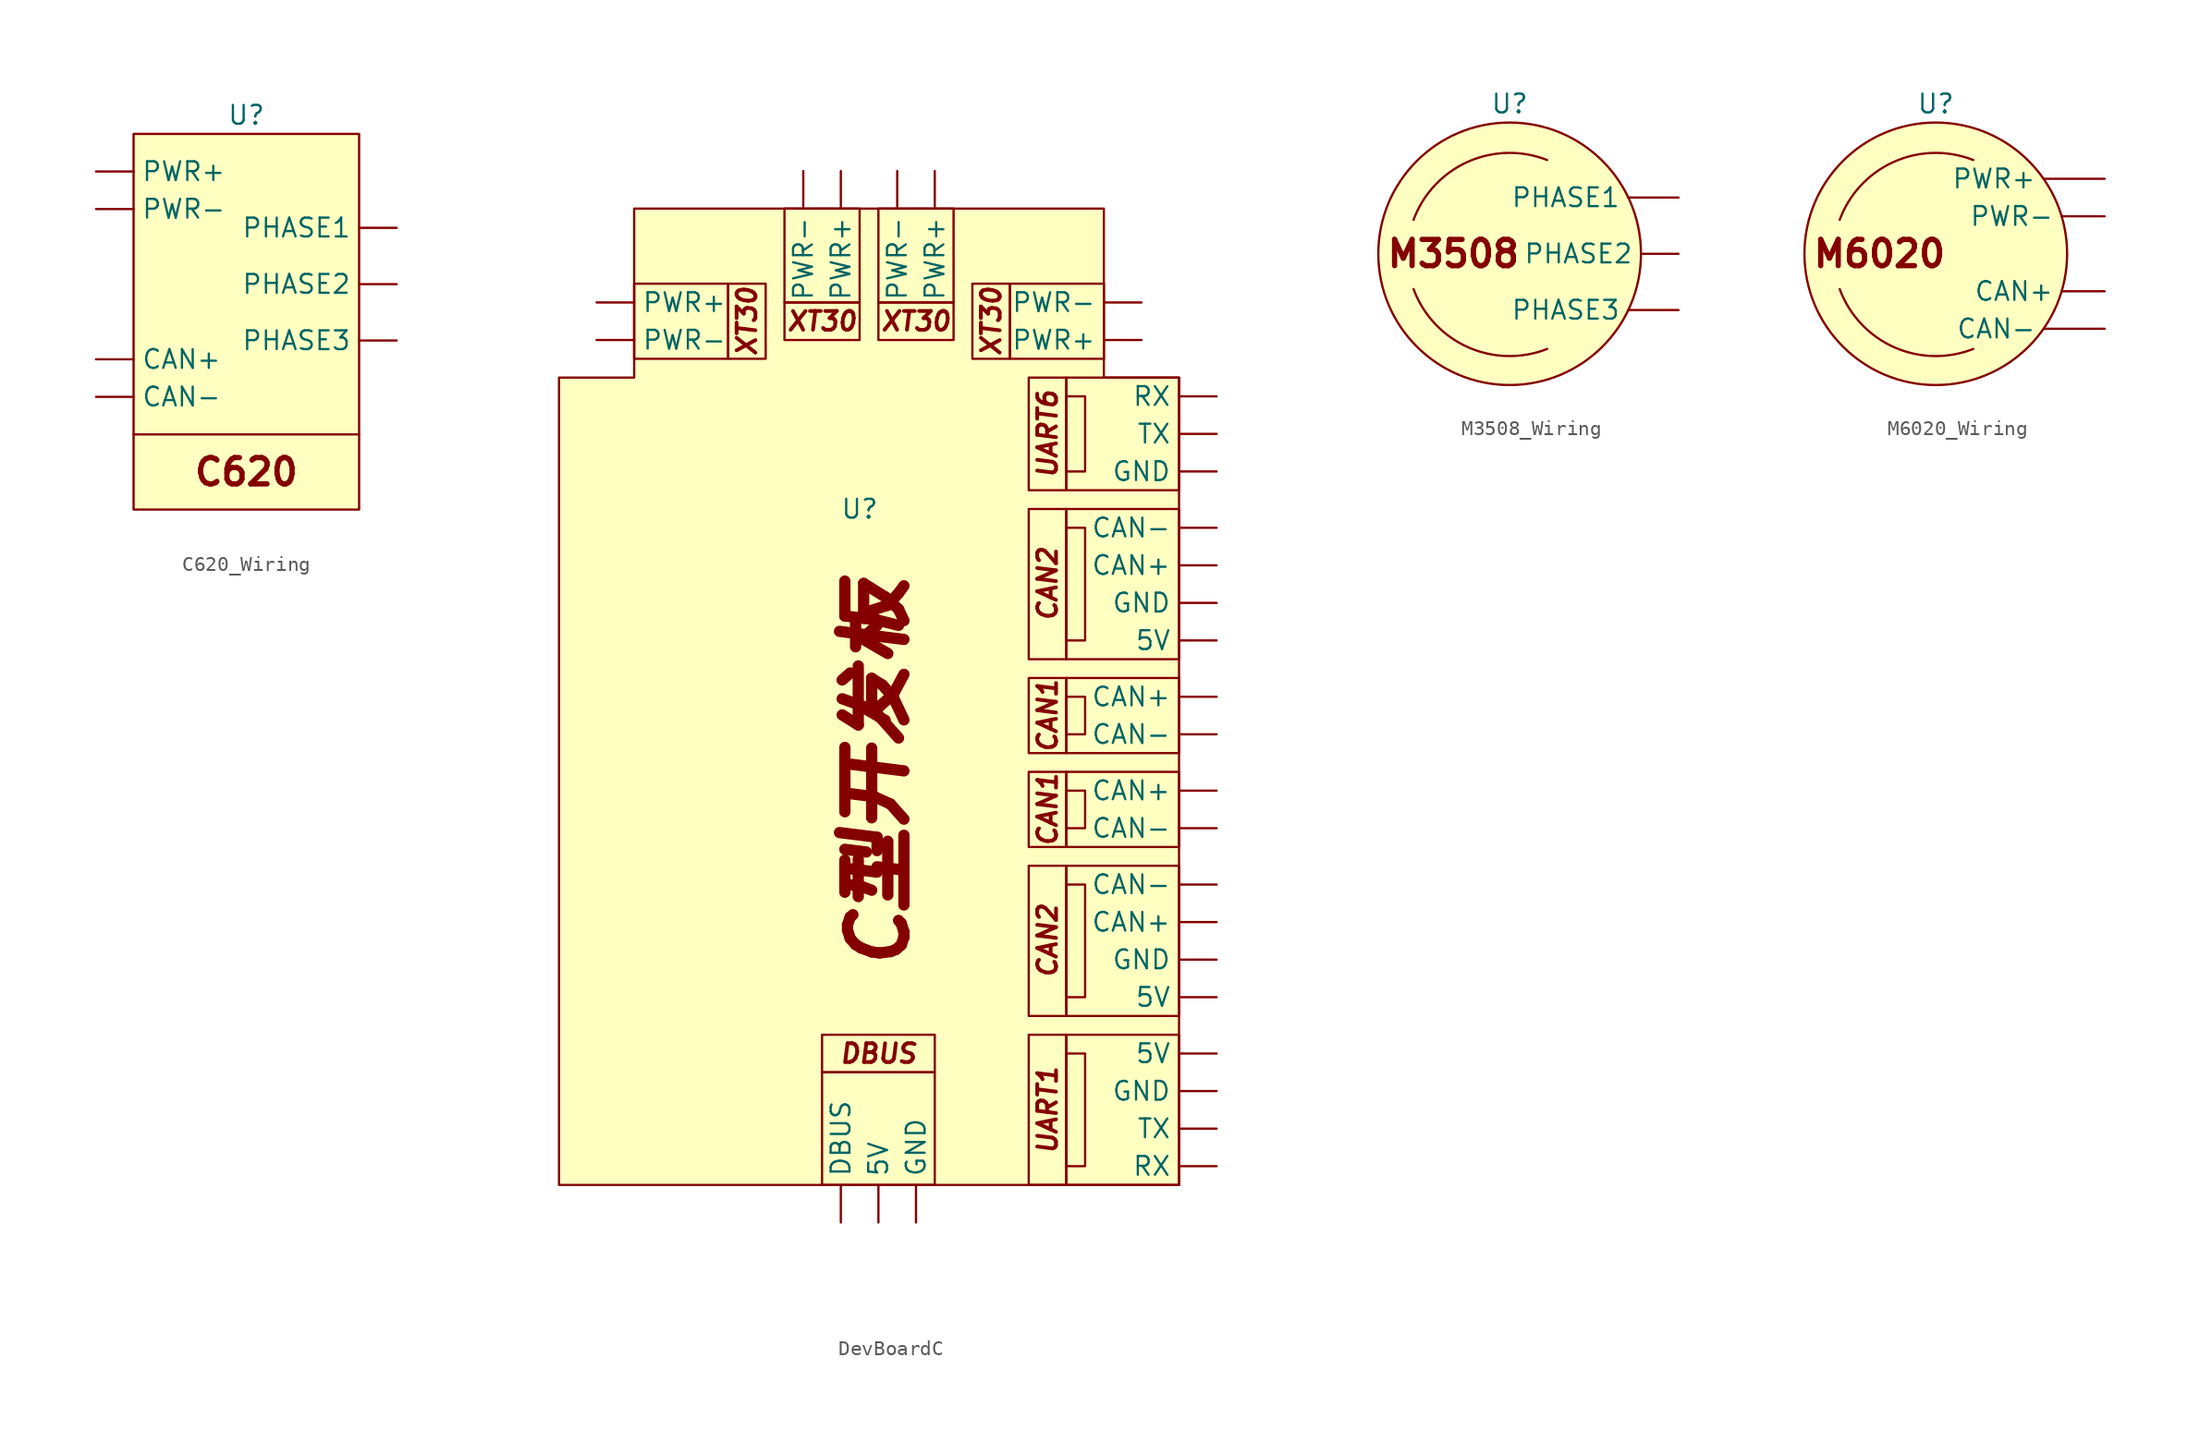
<source format=kicad_sym>
(kicad_symbol_lib
  (version 20220914)
  (generator kicad_symbol_editor)
  (symbol "C620_Wiring"
    (property "Reference" "U"
      (at 0 13.97 0)
      (effects (font (size 1.27 1.27))))
    (property "Value" ""
      (at -2.54 2.54 0)
      (effects (font (size 1.27 1.27))))
    (symbol "C620_Wiring_1_1"
      (rectangle (start -7.62 12.7) (end 7.62 -12.7) (stroke (width 0) (type default)) (fill (type background)))
      (polyline (pts (xy -7.62 -7.62) (xy 7.62 -7.62)) (stroke (width 0) (type default)) (fill (type none)))
      (text "C620" (at 0 -10.16 0) (effects (font (size 1.778 1.778) bold)))
      (pin input line (at -10.16 -2.54 0) (length 2.54) (name "CAN+" (effects (font (size 1.27 1.27)))) (number "" (effects (font (size 1.27 1.27)))))
      (pin input line (at -10.16 -5.08 0) (length 2.54) (name "CAN-" (effects (font (size 1.27 1.27)))) (number "" (effects (font (size 1.27 1.27)))))
      (pin input line (at 10.16 6.35 180) (length 2.54) (name "PHASE1" (effects (font (size 1.27 1.27)))) (number "" (effects (font (size 1.27 1.27)))))
      (pin input line (at 10.16 2.54 180) (length 2.54) (name "PHASE2" (effects (font (size 1.27 1.27)))) (number "" (effects (font (size 1.27 1.27)))))
      (pin input line (at 10.16 -1.27 180) (length 2.54) (name "PHASE3" (effects (font (size 1.27 1.27)))) (number "" (effects (font (size 1.27 1.27)))))
      (pin input line (at -10.16 10.16 0) (length 2.54) (name "PWR+" (effects (font (size 1.27 1.27)))) (number "" (effects (font (size 1.27 1.27)))))
      (pin input line (at -10.16 7.62 0) (length 2.54) (name "PWR-" (effects (font (size 1.27 1.27)))) (number "" (effects (font (size 1.27 1.27)))))))
  (symbol "DevBoardC"
    (property "Reference" "U"
      (at -1.27 13.97 0)
      (effects (font (size 1.27 1.27))))
    (property "Value" ""
      (at 15.24 12.7 0)
      (effects (font (size 1.27 1.27))))
    (symbol "DevBoardC_0_1"
      (rectangle (start 13.97 -30.48) (end 12.7 -22.86) (stroke (width 0) (type default)) (fill (type none)))
      (rectangle (start 13.97 16.51) (end 12.7 21.59) (stroke (width 0) (type default)) (fill (type none))))
    (symbol "DevBoardC_1_1"
      (rectangle (start -16.51 24.13) (end -10.16 29.21) (stroke (width 0) (type default)) (fill (type background)))
      (rectangle (start -10.16 24.13) (end -7.62 29.21) (stroke (width 0) (type default)) (fill (type background)))
      (rectangle (start -6.35 27.94) (end -1.27 25.4) (stroke (width 0) (type default)) (fill (type background)))
      (rectangle (start -6.35 34.29) (end -1.27 27.94) (stroke (width 0) (type default)) (fill (type background)))
      (rectangle (start -3.81 -24.13) (end 3.81 -31.75) (stroke (width 0) (type default)) (fill (type background)))
      (rectangle (start -3.81 -21.59) (end 3.81 -24.13) (stroke (width 0) (type default)) (fill (type background)))
      (polyline (pts (xy -21.59 22.86) (xy -16.51 22.86) (xy -16.51 34.29) (xy 15.24 34.29) (xy 15.24 22.86) (xy 20.32 22.86) (xy 20.32 -31.75) (xy -21.59 -31.75) (xy -21.59 22.86)) (stroke (width 0) (type default)) (fill (type background)))
      (rectangle (start 0 27.94) (end 5.08 25.4) (stroke (width 0) (type default)) (fill (type background)))
      (rectangle (start 0 34.29) (end 5.08 27.94) (stroke (width 0) (type default)) (fill (type background)))
      (rectangle (start 8.89 29.21) (end 6.35 24.13) (stroke (width 0) (type default)) (fill (type background)))
      (rectangle (start 12.7 -31.75) (end 10.16 -21.59) (stroke (width 0) (type default)) (fill (type background)))
      (rectangle (start 12.7 -20.32) (end 10.16 -10.16) (stroke (width 0) (type default)) (fill (type background)))
      (rectangle (start 12.7 -11.43) (end 13.97 -19.05) (stroke (width 0) (type default)) (fill (type none)))
      (rectangle (start 12.7 -10.16) (end 20.32 -20.32) (stroke (width 0) (type default)) (fill (type background)))
      (rectangle (start 12.7 -8.89) (end 10.16 -3.81) (stroke (width 0) (type default)) (fill (type background)))
      (rectangle (start 12.7 -5.08) (end 13.97 -7.62) (stroke (width 0) (type default)) (fill (type none)))
      (rectangle (start 12.7 -3.81) (end 20.32 -8.89) (stroke (width 0) (type default)) (fill (type background)))
      (rectangle (start 12.7 -2.54) (end 10.16 2.54) (stroke (width 0) (type default)) (fill (type background)))
      (rectangle (start 12.7 1.27) (end 13.97 -1.27) (stroke (width 0) (type default)) (fill (type none)))
      (rectangle (start 12.7 2.54) (end 20.32 -2.54) (stroke (width 0) (type default)) (fill (type background)))
      (rectangle (start 12.7 3.81) (end 10.16 13.97) (stroke (width 0) (type default)) (fill (type background)))
      (rectangle (start 12.7 12.7) (end 13.97 5.08) (stroke (width 0) (type default)) (fill (type none)))
      (rectangle (start 12.7 13.97) (end 20.32 3.81) (stroke (width 0) (type default)) (fill (type background)))
      (rectangle (start 12.7 15.24) (end 10.16 22.86) (stroke (width 0) (type default)) (fill (type background)))
      (rectangle (start 15.24 29.21) (end 8.89 24.13) (stroke (width 0) (type default)) (fill (type background)))
      (rectangle (start 20.32 -31.75) (end 12.7 -21.59) (stroke (width 0) (type default)) (fill (type background)))
      (rectangle (start 20.32 15.24) (end 12.7 22.86) (stroke (width 0) (type default)) (fill (type background)))
      (text "CAN1" (at 11.43 -6.35 900) (effects (font (size 1.27 1.27) bold italic)))
      (text "CAN1" (at 11.43 0 900) (effects (font (size 1.27 1.27) bold italic)))
      (text "CAN2" (at 11.43 -15.24 900) (effects (font (size 1.27 1.27) bold italic)))
      (text "CAN2" (at 11.43 8.89 900) (effects (font (size 1.27 1.27) bold italic)))
      (text "C型开发板" (at 0 -3.81 900) (effects (font (size 3.81 3.81) bold italic)))
      (text "DBUS" (at 0 -22.86 0) (effects (font (size 1.27 1.27) bold italic)))
      (text "UART1" (at 11.43 -26.67 900) (effects (font (size 1.27 1.27) bold italic)))
      (text "UART6" (at 11.43 19.05 900) (effects (font (size 1.27 1.27) bold italic)))
      (text "XT30" (at -8.89 26.67 900) (effects (font (size 1.27 1.27) bold italic)))
      (text "XT30" (at -3.81 26.67 0) (effects (font (size 1.27 1.27) bold italic)))
      (text "XT30" (at 2.54 26.67 0) (effects (font (size 1.27 1.27) bold italic)))
      (text "XT30" (at 7.62 26.67 900) (effects (font (size 1.27 1.27) bold italic)))
      (pin input line (at 0 -34.29 90) (length 2.54) (name "5V" (effects (font (size 1.27 1.27)))) (number "" (effects (font (size 1.27 1.27)))))
      (pin input line (at 22.86 -22.86 180) (length 2.54) (name "5V" (effects (font (size 1.27 1.27)))) (number "" (effects (font (size 1.27 1.27)))))
      (pin input line (at 22.86 -19.05 180) (length 2.54) (name "5V" (effects (font (size 1.27 1.27)))) (number "" (effects (font (size 1.27 1.27)))))
      (pin input line (at 22.86 5.08 180) (length 2.54) (name "5V" (effects (font (size 1.27 1.27)))) (number "" (effects (font (size 1.27 1.27)))))
      (pin input line (at 22.86 -13.97 180) (length 2.54) (name "CAN+" (effects (font (size 1.27 1.27)))) (number "" (effects (font (size 1.27 1.27)))))
      (pin input line (at 22.86 -5.08 180) (length 2.54) (name "CAN+" (effects (font (size 1.27 1.27)))) (number "" (effects (font (size 1.27 1.27)))))
      (pin input line (at 22.86 1.27 180) (length 2.54) (name "CAN+" (effects (font (size 1.27 1.27)))) (number "" (effects (font (size 1.27 1.27)))))
      (pin input line (at 22.86 10.16 180) (length 2.54) (name "CAN+" (effects (font (size 1.27 1.27)))) (number "" (effects (font (size 1.27 1.27)))))
      (pin input line (at 22.86 -11.43 180) (length 2.54) (name "CAN-" (effects (font (size 1.27 1.27)))) (number "" (effects (font (size 1.27 1.27)))))
      (pin input line (at 22.86 -7.62 180) (length 2.54) (name "CAN-" (effects (font (size 1.27 1.27)))) (number "" (effects (font (size 1.27 1.27)))))
      (pin input line (at 22.86 -1.27 180) (length 2.54) (name "CAN-" (effects (font (size 1.27 1.27)))) (number "" (effects (font (size 1.27 1.27)))))
      (pin input line (at 22.86 12.7 180) (length 2.54) (name "CAN-" (effects (font (size 1.27 1.27)))) (number "" (effects (font (size 1.27 1.27)))))
      (pin input line (at -2.54 -34.29 90) (length 2.54) (name "DBUS" (effects (font (size 1.27 1.27)))) (number "" (effects (font (size 1.27 1.27)))))
      (pin input line (at 2.54 -34.29 90) (length 2.54) (name "GND" (effects (font (size 1.27 1.27)))) (number "" (effects (font (size 1.27 1.27)))))
      (pin input line (at 22.86 -25.4 180) (length 2.54) (name "GND" (effects (font (size 1.27 1.27)))) (number "" (effects (font (size 1.27 1.27)))))
      (pin input line (at 22.86 -16.51 180) (length 2.54) (name "GND" (effects (font (size 1.27 1.27)))) (number "" (effects (font (size 1.27 1.27)))))
      (pin input line (at 22.86 7.62 180) (length 2.54) (name "GND" (effects (font (size 1.27 1.27)))) (number "" (effects (font (size 1.27 1.27)))))
      (pin input line (at 22.86 16.51 180) (length 2.54) (name "GND" (effects (font (size 1.27 1.27)))) (number "" (effects (font (size 1.27 1.27)))))
      (pin input line (at -19.05 27.94 0) (length 2.54) (name "PWR+" (effects (font (size 1.27 1.27)))) (number "" (effects (font (size 1.27 1.27)))))
      (pin input line (at -2.54 36.83 270) (length 2.54) (name "PWR+" (effects (font (size 1.27 1.27)))) (number "" (effects (font (size 1.27 1.27)))))
      (pin input line (at 3.81 36.83 270) (length 2.54) (name "PWR+" (effects (font (size 1.27 1.27)))) (number "" (effects (font (size 1.27 1.27)))))
      (pin input line (at 17.78 25.4 180) (length 2.54) (name "PWR+" (effects (font (size 1.27 1.27)))) (number "" (effects (font (size 1.27 1.27)))))
      (pin input line (at -19.05 25.4 0) (length 2.54) (name "PWR-" (effects (font (size 1.27 1.27)))) (number "" (effects (font (size 1.27 1.27)))))
      (pin input line (at -5.08 36.83 270) (length 2.54) (name "PWR-" (effects (font (size 1.27 1.27)))) (number "" (effects (font (size 1.27 1.27)))))
      (pin input line (at 1.27 36.83 270) (length 2.54) (name "PWR-" (effects (font (size 1.27 1.27)))) (number "" (effects (font (size 1.27 1.27)))))
      (pin input line (at 17.78 27.94 180) (length 2.54) (name "PWR-" (effects (font (size 1.27 1.27)))) (number "" (effects (font (size 1.27 1.27)))))
      (pin input line (at 22.86 -30.48 180) (length 2.54) (name "RX" (effects (font (size 1.27 1.27)))) (number "" (effects (font (size 1.27 1.27)))))
      (pin input line (at 22.86 21.59 180) (length 2.54) (name "RX" (effects (font (size 1.27 1.27)))) (number "" (effects (font (size 1.27 1.27)))))
      (pin input line (at 22.86 -27.94 180) (length 2.54) (name "TX" (effects (font (size 1.27 1.27)))) (number "" (effects (font (size 1.27 1.27)))))
      (pin input line (at 22.86 19.05 180) (length 2.54) (name "TX" (effects (font (size 1.27 1.27)))) (number "" (effects (font (size 1.27 1.27)))))))
  (symbol "M3508_Wiring"
    (property "Reference" "U"
      (at 0 10.16 0)
      (effects (font (size 1.27 1.27))))
    (property "Value" ""
      (at 0 0 0)
      (effects (font (size 1.27 1.27))))
    (symbol "M3508_Wiring_1_1"
      (arc (start -6.5037 -2.389) (mid -2.8344 -6.3223) (end 2.5433 -6.4449) (stroke (width 0) (type default)) (fill (type none)))
      (circle (center 0 0) (radius 8.89) (stroke (width 0) (type default)) (fill (type background)))
      (arc (start 2.54 6.35) (mid -2.8377 6.2274) (end -6.507 2.2941) (stroke (width 0) (type default)) (fill (type none)))
      (text "M3508" (at -3.81 0 0) (effects (font (size 1.778 1.778) bold)))
      (pin input line (at 11.43 3.81 180) (length 3.4) (name "PHASE1" (effects (font (size 1.27 1.27)))) (number "" (effects (font (size 1.27 1.27)))))
      (pin input line (at 11.43 0 180) (length 2.54) (name "PHASE2" (effects (font (size 1.27 1.27)))) (number "" (effects (font (size 1.27 1.27)))))
      (pin input line (at 11.43 -3.81 180) (length 3.4) (name "PHASE3" (effects (font (size 1.27 1.27)))) (number "" (effects (font (size 1.27 1.27)))))))
  (symbol "M6020_Wiring"
    (property "Reference" "U"
      (at 0 10.16 0)
      (effects (font (size 1.27 1.27))))
    (property "Value" ""
      (at 0 0 0)
      (effects (font (size 1.27 1.27))))
    (symbol "M6020_Wiring_1_1"
      (arc (start -6.5037 -2.389) (mid -2.8344 -6.3223) (end 2.5433 -6.4449) (stroke (width 0) (type default)) (fill (type none)))
      (circle (center 0 0) (radius 8.89) (stroke (width 0) (type default)) (fill (type background)))
      (arc (start 2.54 6.35) (mid -2.8377 6.2274) (end -6.507 2.2941) (stroke (width 0) (type default)) (fill (type none)))
      (text "M6020" (at -3.81 0 0) (effects (font (size 1.778 1.778) bold)))
      (pin input line (at 11.43 -2.54 180) (length 2.9) (name "CAN+" (effects (font (size 1.27 1.27)))) (number "" (effects (font (size 1.27 1.27)))))
      (pin input line (at 11.43 -5.08 180) (length 4.1) (name "CAN-" (effects (font (size 1.27 1.27)))) (number "" (effects (font (size 1.27 1.27)))))
      (pin input line (at 11.43 5.08 180) (length 4.1) (name "PWR+" (effects (font (size 1.27 1.27)))) (number "" (effects (font (size 1.27 1.27)))))
      (pin input line (at 11.43 2.54 180) (length 2.9) (name "PWR-" (effects (font (size 1.27 1.27)))) (number "" (effects (font (size 1.27 1.27))))))))
</source>
